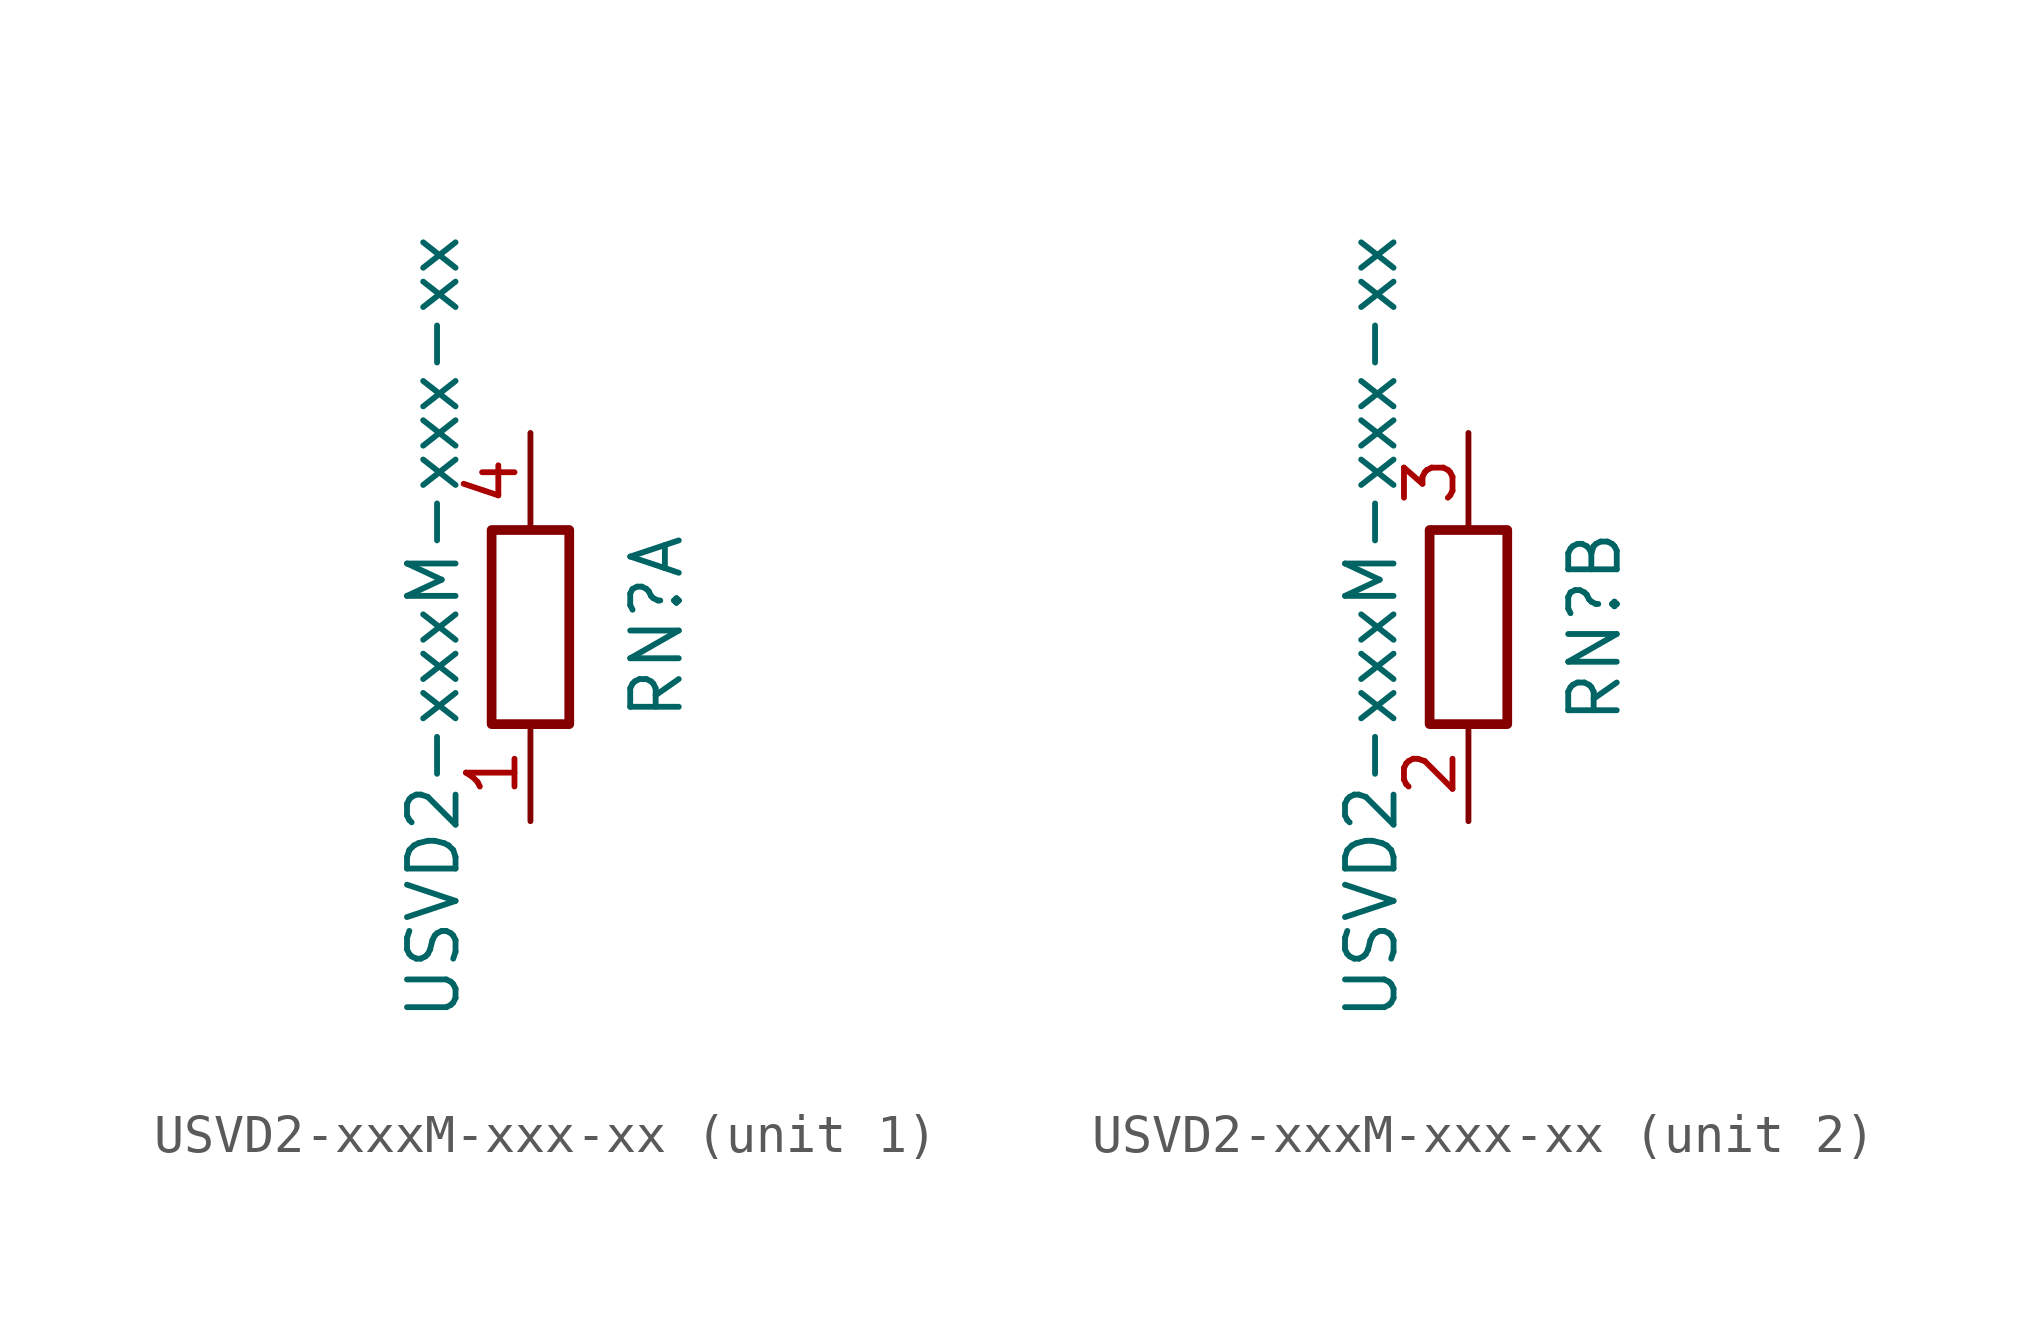
<source format=kicad_sym>
(kicad_symbol_lib
  (version 20211014)
  (generator kicad_symbol_editor)
  (symbol "USVD2-xxxM-xxx-xx"
    (pin_names
      (offset 0) hide)
    (property "Reference" "RN"
      (at 3.302 0 90)
      (effects (font (size 1.27 1.27))))
    (property "Value" "USVD2-xxxM-xxx-xx"
      (at -2.54 0 90)
      (effects (font (size 1.27 1.27))))
    (property "ki_locked" ""
      (at 0 0 0)
      (effects (font (size 1.27 1.27))))
    (symbol "USVD2-xxxM-xxx-xx_0_1"
      (rectangle (start 1.016 2.54) (end -1.016 -2.54) (stroke (width 0.254) (type default) (color 0 0 0 0)) (fill (type none))))
    (symbol "USVD2-xxxM-xxx-xx_1_1"
      (pin passive line (at 0 -5.08 90) (length 2.54) (name "R1.1" (effects (font (size 1.27 1.27)))) (number "1" (effects (font (size 1.27 1.27)))))
      (pin passive line (at 0 5.08 270) (length 2.54) (name "R1.2" (effects (font (size 1.27 1.27)))) (number "4" (effects (font (size 1.27 1.27))))))
    (symbol "USVD2-xxxM-xxx-xx_2_1"
      (pin passive line (at 0 -5.08 90) (length 2.54) (name "R2.1" (effects (font (size 1.27 1.27)))) (number "2" (effects (font (size 1.27 1.27)))))
      (pin passive line (at 0 5.08 270) (length 2.54) (name "R2.2" (effects (font (size 1.27 1.27)))) (number "3" (effects (font (size 1.27 1.27))))))))
</source>
